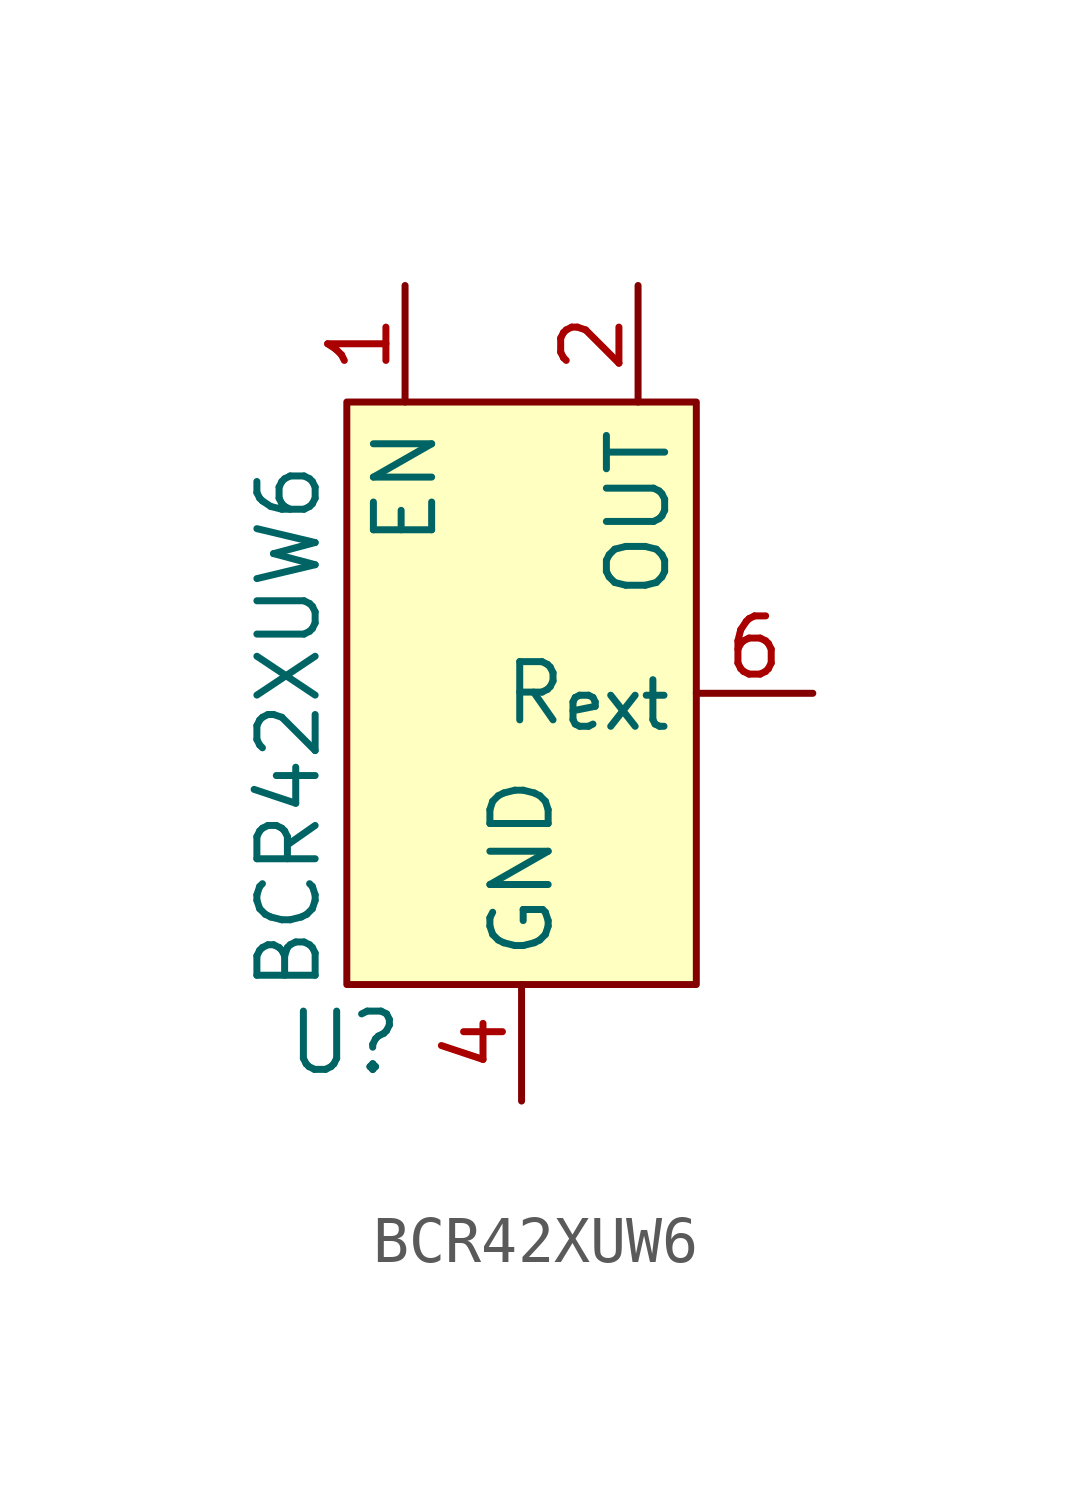
<source format=kicad_sym>
(kicad_symbol_lib
  (version 20211014)
  (generator kicad_symbol_editor)
  (symbol "BCR42XUW6"
    (property "Reference" "U"
      (at -2.54 -7.62 0)
      (effects (font (size 1.27 1.27)) (justify right)))
    (property "Value" "BCR42XUW6"
      (at -5.08 5.08 90)
      (effects (font (size 1.27 1.27)) (justify right)))
    (symbol "BCR42XUW6_0_1"
      (rectangle (start -3.81 6.35) (end 3.81 -6.35) (stroke (width 0.152) (type default) (color 0 0 0 0)) (fill (type background))))
    (symbol "BCR42XUW6_1_1"
      (pin passive line (at -2.54 8.89 270) (length 2.54) (name "EN" (effects (font (size 1.27 1.27)))) (number "1" (effects (font (size 1.27 1.27)))))
      (pin passive line (at 2.54 8.89 270) (length 2.54) (name "OUT" (effects (font (size 1.27 1.27)))) (number "2" (effects (font (size 1.27 1.27)))))
      (pin bidirectional line (at 2.54 8.89 270) (length 2.54) hide (name "OUT" (effects (font (size 1.27 1.27)))) (number "3" (effects (font (size 1.27 1.27)))))
      (pin power_in line (at 0 -8.89 90) (length 2.54) (name "GND" (effects (font (size 1.27 1.27)))) (number "4" (effects (font (size 1.27 1.27)))))
      (pin bidirectional line (at 2.54 8.89 270) (length 2.54) hide (name "OUT" (effects (font (size 1.27 1.27)))) (number "5" (effects (font (size 1.27 1.27)))))
      (pin passive line (at 6.35 0 180) (length 2.54) (name "R_{ext}" (effects (font (size 1.27 1.27)))) (number "6" (effects (font (size 1.27 1.27))))))))
</source>
